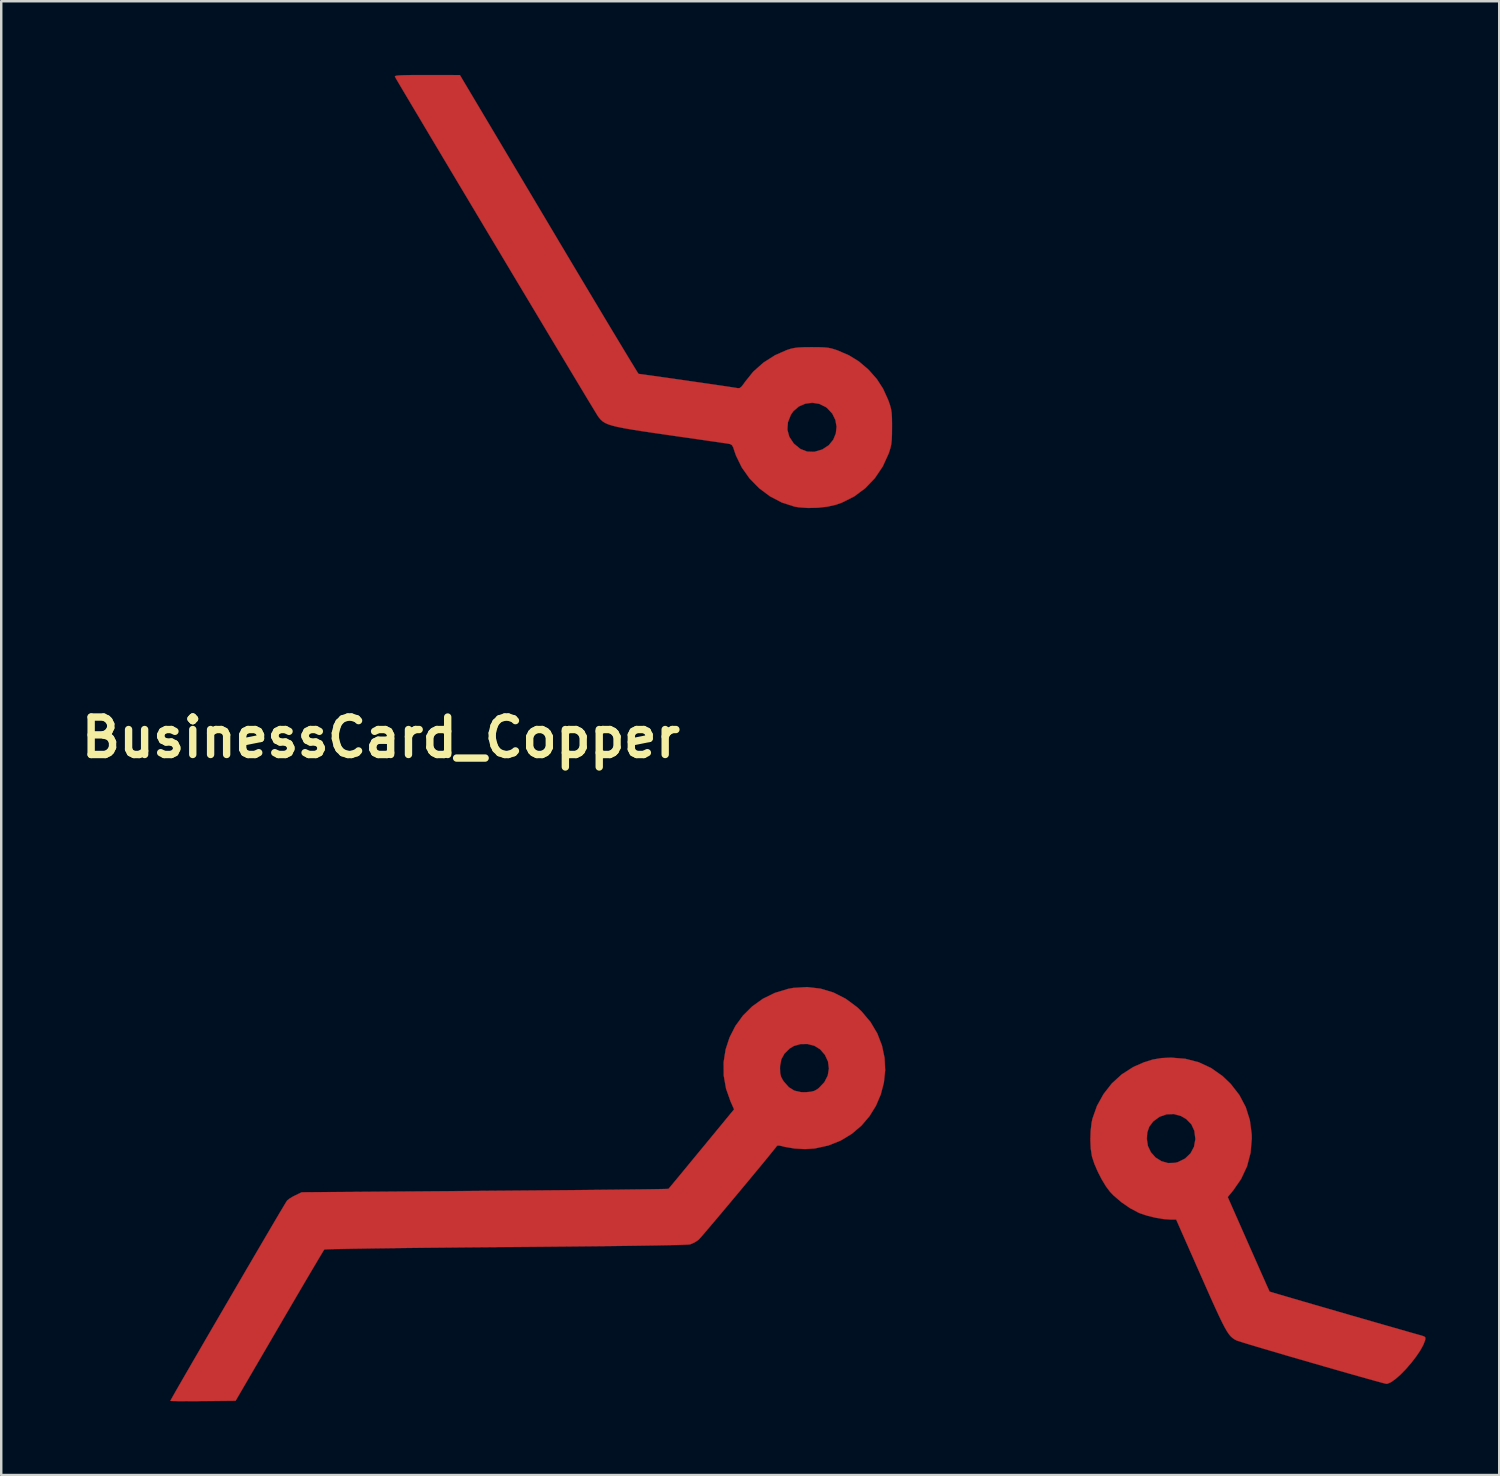
<source format=kicad_pcb>
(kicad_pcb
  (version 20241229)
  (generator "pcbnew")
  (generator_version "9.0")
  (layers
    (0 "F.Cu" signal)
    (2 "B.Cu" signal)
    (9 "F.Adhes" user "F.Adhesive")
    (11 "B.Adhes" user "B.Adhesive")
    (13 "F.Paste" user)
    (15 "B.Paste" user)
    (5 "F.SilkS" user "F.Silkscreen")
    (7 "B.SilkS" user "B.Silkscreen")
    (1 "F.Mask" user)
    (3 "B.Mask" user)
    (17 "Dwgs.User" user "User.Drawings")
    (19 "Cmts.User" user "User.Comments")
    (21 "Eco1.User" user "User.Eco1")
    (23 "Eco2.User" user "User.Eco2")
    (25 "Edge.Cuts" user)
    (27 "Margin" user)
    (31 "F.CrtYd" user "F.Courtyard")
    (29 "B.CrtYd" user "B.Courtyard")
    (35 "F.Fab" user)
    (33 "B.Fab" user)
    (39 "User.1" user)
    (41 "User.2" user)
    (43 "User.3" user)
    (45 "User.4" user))
  (footprint "BusinessCard_Copper"
    (layer "F.Cu")
    (at 12.453 26.974)
    (property "Reference" "BusinessCard_Copper" (at 0 0 0) (layer "F.SilkS") (effects (font (size 1.524 1.524) (thickness 0.3))))
    (attr through_hole)
    (fp_poly (pts (xy 32.75 13.077) (xy 33.293 13.217) (xy 33.797 13.452) (xy 34.262 13.779) (xy 34.594 14.097) (xy 34.947 14.55) (xy 35.208 15.044) (xy 35.376 15.577) (xy 35.45 16.149) (xy 35.454 16.325) (xy 35.404 16.906) (xy 35.259 17.456) (xy 35.017 17.973) (xy 34.704 18.425) (xy 34.475 18.706) (xy 35.32 20.621) (xy 35.502 21.033) (xy 35.671 21.415) (xy 35.823 21.759) (xy 35.954 22.053) (xy 36.058 22.288) (xy 36.133 22.454) (xy 36.173 22.542) (xy 36.178 22.553) (xy 36.227 22.569) (xy 36.363 22.61) (xy 36.577 22.673) (xy 36.859 22.756) (xy 37.198 22.855) (xy 37.584 22.968) (xy 38.008 23.091) (xy 38.46 23.222) (xy 38.929 23.358) (xy 39.406 23.496) (xy 39.88 23.633) (xy 40.342 23.766) (xy 40.782 23.893) (xy 41.19 24.01) (xy 41.555 24.114) (xy 41.868 24.204) (xy 42.119 24.275) (xy 42.297 24.325) (xy 42.351 24.34) (xy 42.475 24.381) (xy 42.522 24.429) (xy 42.516 24.511) (xy 42.512 24.525) (xy 42.437 24.724) (xy 42.308 24.956) (xy 42.138 25.206) (xy 41.94 25.462) (xy 41.727 25.707) (xy 41.511 25.929) (xy 41.305 26.111) (xy 41.121 26.242) (xy 40.974 26.304) (xy 40.932 26.308) (xy 40.868 26.293) (xy 40.715 26.253) (xy 40.482 26.189) (xy 40.177 26.104) (xy 39.811 26.001) (xy 39.39 25.882) (xy 38.925 25.749) (xy 38.424 25.605) (xy 37.895 25.452) (xy 37.891 25.451) (xy 37.361 25.298) (xy 36.857 25.151) (xy 36.389 25.013) (xy 35.966 24.888) (xy 35.595 24.778) (xy 35.287 24.685) (xy 35.05 24.612) (xy 34.892 24.562) (xy 34.824 24.537) (xy 34.742 24.492) (xy 34.668 24.44) (xy 34.596 24.374) (xy 34.521 24.284) (xy 34.441 24.164) (xy 34.35 24.006) (xy 34.244 23.801) (xy 34.119 23.541) (xy 33.97 23.219) (xy 33.792 22.826) (xy 33.583 22.355) (xy 33.381 21.898) (xy 32.376 19.62) (xy 32.131 19.62) (xy 31.853 19.6) (xy 31.527 19.544) (xy 31.196 19.463) (xy 30.905 19.366) (xy 30.838 19.338) (xy 30.495 19.155) (xy 30.145 18.913) (xy 29.829 18.642) (xy 29.685 18.493) (xy 29.52 18.273) (xy 29.347 17.987) (xy 29.184 17.67) (xy 29.048 17.355) (xy 28.955 17.074) (xy 28.945 17.035) (xy 28.9 16.737) (xy 28.884 16.385) (xy 28.886 16.33) (xy 31.18 16.33) (xy 31.225 16.627) (xy 31.349 16.886) (xy 31.538 17.096) (xy 31.774 17.245) (xy 32.044 17.322) (xy 32.33 17.313) (xy 32.452 17.281) (xy 32.741 17.137) (xy 32.96 16.926) (xy 33.102 16.661) (xy 33.157 16.355) (xy 33.157 16.33) (xy 33.116 16.006) (xy 32.992 15.74) (xy 32.784 15.529) (xy 32.574 15.407) (xy 32.285 15.326) (xy 31.987 15.337) (xy 31.702 15.436) (xy 31.453 15.617) (xy 31.424 15.647) (xy 31.277 15.848) (xy 31.2 16.077) (xy 31.18 16.33) (xy 28.886 16.33) (xy 28.895 16.019) (xy 28.933 15.683) (xy 28.969 15.514) (xy 29.153 14.994) (xy 29.42 14.512) (xy 29.758 14.08) (xy 30.158 13.714) (xy 30.606 13.426) (xy 30.673 13.392) (xy 31.068 13.219) (xy 31.427 13.107) (xy 31.787 13.047) (xy 32.168 13.03) (xy 32.75 13.077)) (stroke (width 0.01) (type solid)) (fill yes) (layer "F.Cu"))
    (fp_poly (pts (xy 3.219 -26.967) (xy 6.838 -20.886) (xy 7.267 -20.165) (xy 7.682 -19.469) (xy 8.08 -18.801) (xy 8.459 -18.168) (xy 8.814 -17.575) (xy 9.143 -17.025) (xy 9.444 -16.524) (xy 9.713 -16.078) (xy 9.947 -15.69) (xy 10.143 -15.366) (xy 10.299 -15.111) (xy 10.41 -14.929) (xy 10.476 -14.826) (xy 10.492 -14.804) (xy 10.554 -14.797) (xy 10.702 -14.777) (xy 10.925 -14.746) (xy 11.208 -14.707) (xy 11.538 -14.66) (xy 11.903 -14.608) (xy 12.288 -14.553) (xy 12.681 -14.496) (xy 13.068 -14.44) (xy 13.436 -14.387) (xy 13.772 -14.338) (xy 14.063 -14.295) (xy 14.295 -14.26) (xy 14.455 -14.235) (xy 14.529 -14.223) (xy 14.531 -14.223) (xy 14.604 -14.226) (xy 14.68 -14.282) (xy 14.778 -14.408) (xy 14.819 -14.469) (xy 15.158 -14.892) (xy 15.574 -15.262) (xy 16.05 -15.565) (xy 16.528 -15.775) (xy 16.683 -15.825) (xy 16.834 -15.858) (xy 17.007 -15.879) (xy 17.228 -15.889) (xy 17.522 -15.892) (xy 17.542 -15.892) (xy 17.832 -15.89) (xy 18.047 -15.882) (xy 18.215 -15.865) (xy 18.361 -15.834) (xy 18.513 -15.788) (xy 18.598 -15.757) (xy 19.057 -15.559) (xy 19.453 -15.316) (xy 19.819 -15.006) (xy 19.872 -14.954) (xy 20.194 -14.589) (xy 20.445 -14.2) (xy 20.648 -13.752) (xy 20.675 -13.68) (xy 20.731 -13.516) (xy 20.769 -13.371) (xy 20.793 -13.218) (xy 20.805 -13.031) (xy 20.809 -12.783) (xy 20.809 -12.624) (xy 20.806 -12.332) (xy 20.797 -12.114) (xy 20.778 -11.944) (xy 20.746 -11.794) (xy 20.698 -11.637) (xy 20.674 -11.568) (xy 20.432 -11.036) (xy 20.112 -10.562) (xy 19.723 -10.153) (xy 19.272 -9.817) (xy 18.766 -9.563) (xy 18.53 -9.479) (xy 18.188 -9.401) (xy 17.794 -9.355) (xy 17.388 -9.346) (xy 17.011 -9.373) (xy 16.832 -9.404) (xy 16.321 -9.569) (xy 15.839 -9.822) (xy 15.399 -10.151) (xy 15.013 -10.545) (xy 14.696 -10.991) (xy 14.458 -11.477) (xy 14.395 -11.659) (xy 14.343 -11.818) (xy 14.292 -11.905) (xy 14.219 -11.947) (xy 14.097 -11.971) (xy 14.087 -11.972) (xy 13.991 -11.986) (xy 13.806 -12.013) (xy 13.543 -12.051) (xy 13.215 -12.098) (xy 12.834 -12.153) (xy 12.41 -12.214) (xy 11.955 -12.279) (xy 11.686 -12.318) (xy 11.108 -12.402) (xy 10.622 -12.474) (xy 10.248 -12.533) (xy 16.549 -12.533) (xy 16.626 -12.246) (xy 16.801 -11.981) (xy 16.823 -11.957) (xy 17.076 -11.75) (xy 17.351 -11.641) (xy 17.645 -11.631) (xy 17.956 -11.722) (xy 17.982 -11.733) (xy 18.236 -11.901) (xy 18.417 -12.123) (xy 18.522 -12.38) (xy 18.552 -12.655) (xy 18.504 -12.93) (xy 18.377 -13.188) (xy 18.17 -13.411) (xy 18.114 -13.453) (xy 17.846 -13.585) (xy 17.559 -13.63) (xy 17.274 -13.591) (xy 17.011 -13.475) (xy 16.792 -13.285) (xy 16.691 -13.139) (xy 16.571 -12.834) (xy 16.549 -12.533) (xy 10.248 -12.533) (xy 10.219 -12.538) (xy 9.889 -12.595) (xy 9.623 -12.649) (xy 9.413 -12.701) (xy 9.249 -12.754) (xy 9.123 -12.811) (xy 9.025 -12.874) (xy 8.946 -12.946) (xy 8.878 -13.028) (xy 8.829 -13.097) (xy 8.788 -13.164) (xy 8.698 -13.311) (xy 8.564 -13.532) (xy 8.388 -13.823) (xy 8.175 -14.177) (xy 7.928 -14.588) (xy 7.65 -15.051) (xy 7.345 -15.56) (xy 7.015 -16.109) (xy 6.665 -16.693) (xy 6.298 -17.307) (xy 5.917 -17.943) (xy 5.525 -18.597) (xy 5.127 -19.263) (xy 4.725 -19.936) (xy 4.322 -20.608) (xy 3.923 -21.276) (xy 3.531 -21.933) (xy 3.148 -22.573) (xy 2.779 -23.191) (xy 2.427 -23.782) (xy 2.095 -24.338) (xy 1.787 -24.855) (xy 1.506 -25.328) (xy 1.255 -25.749) (xy 1.038 -26.114) (xy 0.858 -26.417) (xy 0.719 -26.652) (xy 0.624 -26.814) (xy 0.577 -26.897) (xy 0.572 -26.906) (xy 0.582 -26.926) (xy 0.637 -26.942) (xy 0.745 -26.954) (xy 0.917 -26.962) (xy 1.162 -26.967) (xy 1.49 -26.969) (xy 1.883 -26.969) (xy 3.219 -26.967)) (stroke (width 0.01) (type solid)) (fill yes) (layer "F.Cu"))
    (fp_poly (pts (xy 17.902 10.222) (xy 18.429 10.381) (xy 18.926 10.634) (xy 19.386 10.975) (xy 19.57 11.149) (xy 19.935 11.583) (xy 20.211 12.049) (xy 20.399 12.537) (xy 20.505 13.038) (xy 20.53 13.543) (xy 20.478 14.042) (xy 20.352 14.526) (xy 20.155 14.987) (xy 19.891 15.414) (xy 19.562 15.799) (xy 19.172 16.131) (xy 18.724 16.403) (xy 18.221 16.605) (xy 17.666 16.727) (xy 17.664 16.728) (xy 17.266 16.752) (xy 16.841 16.729) (xy 16.44 16.661) (xy 16.328 16.631) (xy 16.205 16.607) (xy 16.13 16.615) (xy 16.125 16.62) (xy 16.065 16.7) (xy 15.949 16.844) (xy 15.786 17.045) (xy 15.583 17.293) (xy 15.348 17.577) (xy 15.089 17.89) (xy 14.815 18.22) (xy 14.532 18.559) (xy 14.249 18.898) (xy 13.974 19.226) (xy 13.715 19.534) (xy 13.479 19.813) (xy 13.275 20.053) (xy 13.111 20.245) (xy 12.994 20.379) (xy 12.932 20.445) (xy 12.928 20.449) (xy 12.772 20.552) (xy 12.601 20.627) (xy 12.587 20.631) (xy 12.508 20.639) (xy 12.331 20.647) (xy 12.057 20.656) (xy 11.69 20.664) (xy 11.231 20.673) (xy 10.684 20.682) (xy 10.05 20.691) (xy 9.332 20.7) (xy 8.533 20.708) (xy 7.655 20.717) (xy 6.7 20.726) (xy 5.672 20.735) (xy 5.072 20.74) (xy 4.218 20.747) (xy 3.391 20.754) (xy 2.598 20.762) (xy 1.843 20.769) (xy 1.134 20.777) (xy 0.475 20.785) (xy -0.129 20.793) (xy -0.67 20.801) (xy -1.144 20.808) (xy -1.545 20.816) (xy -1.867 20.823) (xy -2.104 20.829) (xy -2.251 20.835) (xy -2.302 20.84) (xy -2.335 20.89) (xy -2.414 21.021) (xy -2.536 21.225) (xy -2.696 21.495) (xy -2.891 21.824) (xy -3.115 22.205) (xy -3.365 22.631) (xy -3.636 23.094) (xy -3.924 23.587) (xy -4.13 23.94) (xy -5.912 26.997) (xy -7.24 27.011) (xy -7.595 27.013) (xy -7.914 27.014) (xy -8.184 27.013) (xy -8.392 27.011) (xy -8.524 27.007) (xy -8.568 27.001) (xy -8.543 26.953) (xy -8.471 26.824) (xy -8.357 26.623) (xy -8.204 26.357) (xy -8.018 26.034) (xy -7.802 25.66) (xy -7.56 25.243) (xy -7.298 24.791) (xy -7.02 24.312) (xy -6.729 23.812) (xy -6.43 23.299) (xy -6.128 22.781) (xy -5.827 22.264) (xy -5.532 21.758) (xy -5.245 21.268) (xy -4.973 20.803) (xy -4.719 20.37) (xy -4.488 19.976) (xy -4.284 19.629) (xy -4.111 19.336) (xy -3.973 19.105) (xy -3.876 18.943) (xy -3.823 18.858) (xy -3.816 18.847) (xy -3.726 18.775) (xy -3.581 18.687) (xy -3.477 18.634) (xy -3.219 18.51) (xy 4.233 18.453) (xy 5.094 18.446) (xy 5.927 18.439) (xy 6.727 18.432) (xy 7.488 18.426) (xy 8.204 18.419) (xy 8.87 18.412) (xy 9.48 18.406) (xy 10.028 18.399) (xy 10.509 18.393) (xy 10.918 18.388) (xy 11.248 18.383) (xy 11.493 18.378) (xy 11.65 18.374) (xy 11.71 18.371) (xy 11.711 18.371) (xy 11.748 18.327) (xy 11.842 18.214) (xy 11.987 18.039) (xy 12.176 17.811) (xy 12.401 17.538) (xy 12.656 17.228) (xy 12.934 16.891) (xy 13.059 16.74) (xy 14.381 15.134) (xy 14.243 14.83) (xy 14.053 14.294) (xy 13.958 13.754) (xy 13.956 13.469) (xy 16.249 13.469) (xy 16.257 13.665) (xy 16.292 13.808) (xy 16.365 13.945) (xy 16.403 14.001) (xy 16.606 14.233) (xy 16.834 14.374) (xy 17.107 14.435) (xy 17.298 14.437) (xy 17.501 14.42) (xy 17.642 14.385) (xy 17.764 14.318) (xy 17.83 14.267) (xy 18.054 14.032) (xy 18.192 13.762) (xy 18.241 13.475) (xy 18.203 13.186) (xy 18.076 12.913) (xy 17.88 12.689) (xy 17.645 12.545) (xy 17.369 12.475) (xy 17.081 12.478) (xy 16.81 12.556) (xy 16.64 12.66) (xy 16.428 12.869) (xy 16.304 13.095) (xy 16.252 13.365) (xy 16.249 13.469) (xy 13.956 13.469) (xy 13.954 13.22) (xy 14.035 12.7) (xy 14.197 12.204) (xy 14.434 11.74) (xy 14.742 11.318) (xy 15.115 10.947) (xy 15.548 10.636) (xy 16.037 10.395) (xy 16.576 10.231) (xy 16.796 10.191) (xy 17.355 10.157) (xy 17.902 10.222)) (stroke (width 0.01) (type solid)) (fill yes) (layer "F.Cu")))
  (gr_rect
    (start -3 -3)
    (end 57.98 56.994)
    (stroke (width 0.1) (type default))
    (fill no)
    (layer "Edge.Cuts")))
</source>
